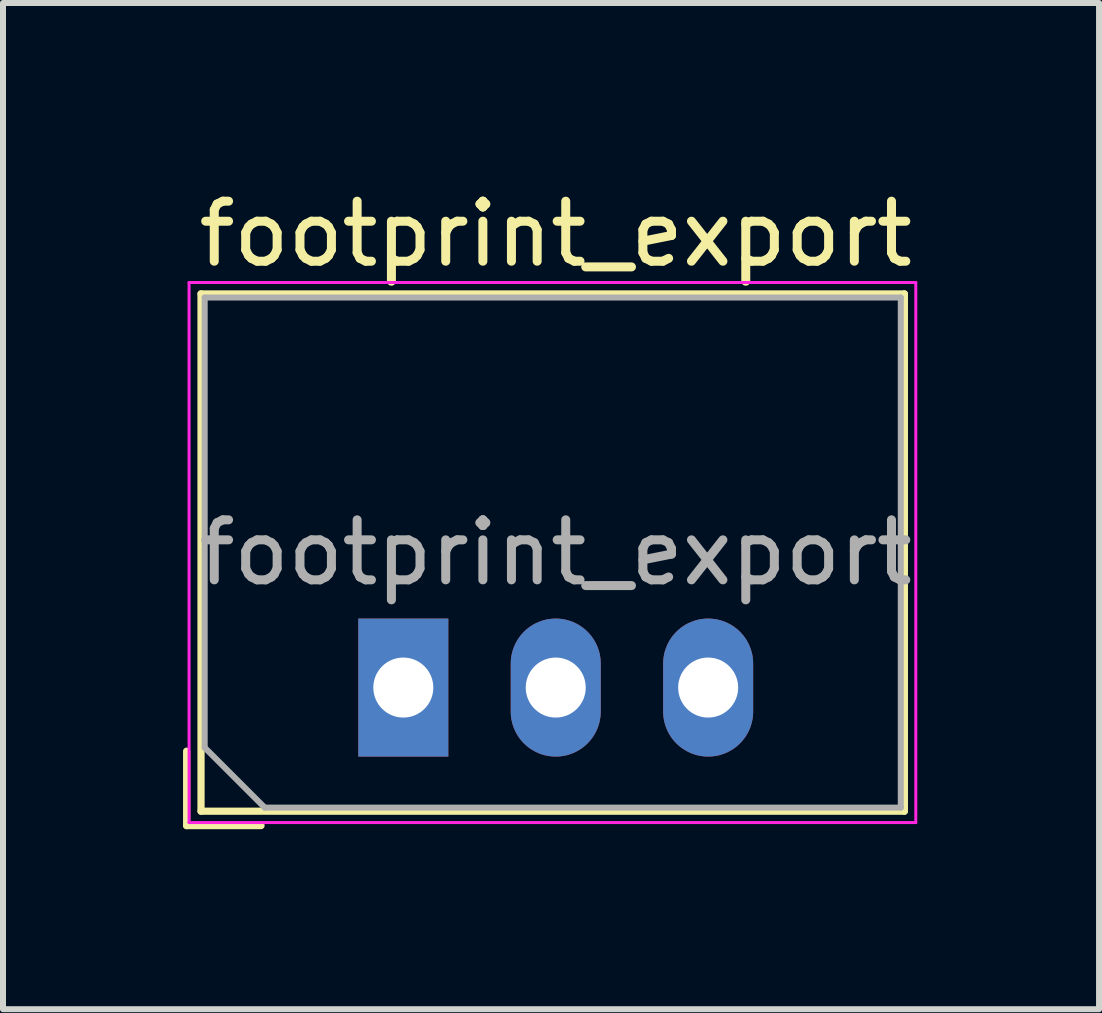
<source format=kicad_pcb>
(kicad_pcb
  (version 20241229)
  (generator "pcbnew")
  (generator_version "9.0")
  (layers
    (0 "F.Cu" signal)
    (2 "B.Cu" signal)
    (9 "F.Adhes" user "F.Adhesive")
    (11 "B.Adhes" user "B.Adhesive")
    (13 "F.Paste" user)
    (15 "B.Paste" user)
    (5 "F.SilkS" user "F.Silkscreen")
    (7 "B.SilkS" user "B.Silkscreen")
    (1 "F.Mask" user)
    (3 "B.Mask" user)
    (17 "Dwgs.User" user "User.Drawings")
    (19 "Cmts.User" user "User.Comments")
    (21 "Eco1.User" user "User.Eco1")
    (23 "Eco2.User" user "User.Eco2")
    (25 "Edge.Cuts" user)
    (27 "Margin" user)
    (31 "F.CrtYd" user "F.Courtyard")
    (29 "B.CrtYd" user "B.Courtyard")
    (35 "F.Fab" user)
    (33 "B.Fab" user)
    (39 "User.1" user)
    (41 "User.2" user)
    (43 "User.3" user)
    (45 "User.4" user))
  (footprint "footprint_export"
    (layer "F.Cu")
    (at 3.671 8.408)
    (property "Reference" "footprint_export" (at 2.54 -7.56 0) (layer "F.SilkS") (effects (font (size 1 1) (thickness 0.15))))
    (attr through_hole)
    (fp_line (start -3.611 1.06) (end -3.611 2.3) (stroke (width 0.12) (type solid)) (layer "F.SilkS"))
    (fp_line (start -3.611 2.3) (end -2.371 2.3) (stroke (width 0.12) (type solid)) (layer "F.SilkS"))
    (fp_line (start -3.371 -6.56) (end -3.371 2.06) (stroke (width 0.12) (type solid)) (layer "F.SilkS"))
    (fp_line (start -3.371 -6.56) (end 8.35 -6.56) (stroke (width 0.12) (type solid)) (layer "F.SilkS"))
    (fp_line (start -3.371 2.06) (end 8.35 2.06) (stroke (width 0.12) (type solid)) (layer "F.SilkS"))
    (fp_line (start 8.35 -6.56) (end 8.35 2.06) (stroke (width 0.12) (type solid)) (layer "F.SilkS"))
    (fp_line (start -3.57 -6.75) (end -3.57 2.25) (stroke (width 0.05) (type solid)) (layer "F.CrtYd"))
    (fp_line (start -3.57 2.25) (end 8.54 2.25) (stroke (width 0.05) (type solid)) (layer "F.CrtYd"))
    (fp_line (start 8.54 -6.75) (end -3.57 -6.75) (stroke (width 0.05) (type solid)) (layer "F.CrtYd"))
    (fp_line (start 8.54 2.25) (end 8.54 -6.75) (stroke (width 0.05) (type solid)) (layer "F.CrtYd"))
    (fp_line (start -3.31 -6.5) (end 8.29 -6.5) (stroke (width 0.1) (type solid)) (layer "F.Fab"))
    (fp_line (start -3.31 1) (end -3.31 -6.5) (stroke (width 0.1) (type solid)) (layer "F.Fab"))
    (fp_line (start -2.31 2) (end -3.31 1) (stroke (width 0.1) (type solid)) (layer "F.Fab"))
    (fp_line (start 8.29 -6.5) (end 8.29 2) (stroke (width 0.1) (type solid)) (layer "F.Fab"))
    (fp_line (start 8.29 2) (end -2.31 2) (stroke (width 0.1) (type solid)) (layer "F.Fab"))
    (fp_text user "${REFERENCE}" (at 2.54 -2.25 0) (layer "F.Fab") (effects (font (size 1 1) (thickness 0.15))))
    (pad "1" thru_hole rect (at 0 0) (size 1.5 2.3) (drill 1) (layers "*.Cu" "*.Mask"))
    (pad "2" thru_hole oval (at 2.54 0) (size 1.5 2.3) (drill 1) (layers "*.Cu" "*.Mask"))
    (pad "3" thru_hole oval (at 5.08 0) (size 1.5 2.3) (drill 1) (layers "*.Cu" "*.Mask")))
  (gr_rect
    (start -3 -3)
    (end 15.265 13.768)
    (stroke (width 0.1) (type default))
    (fill no)
    (layer "Edge.Cuts")))
</source>
